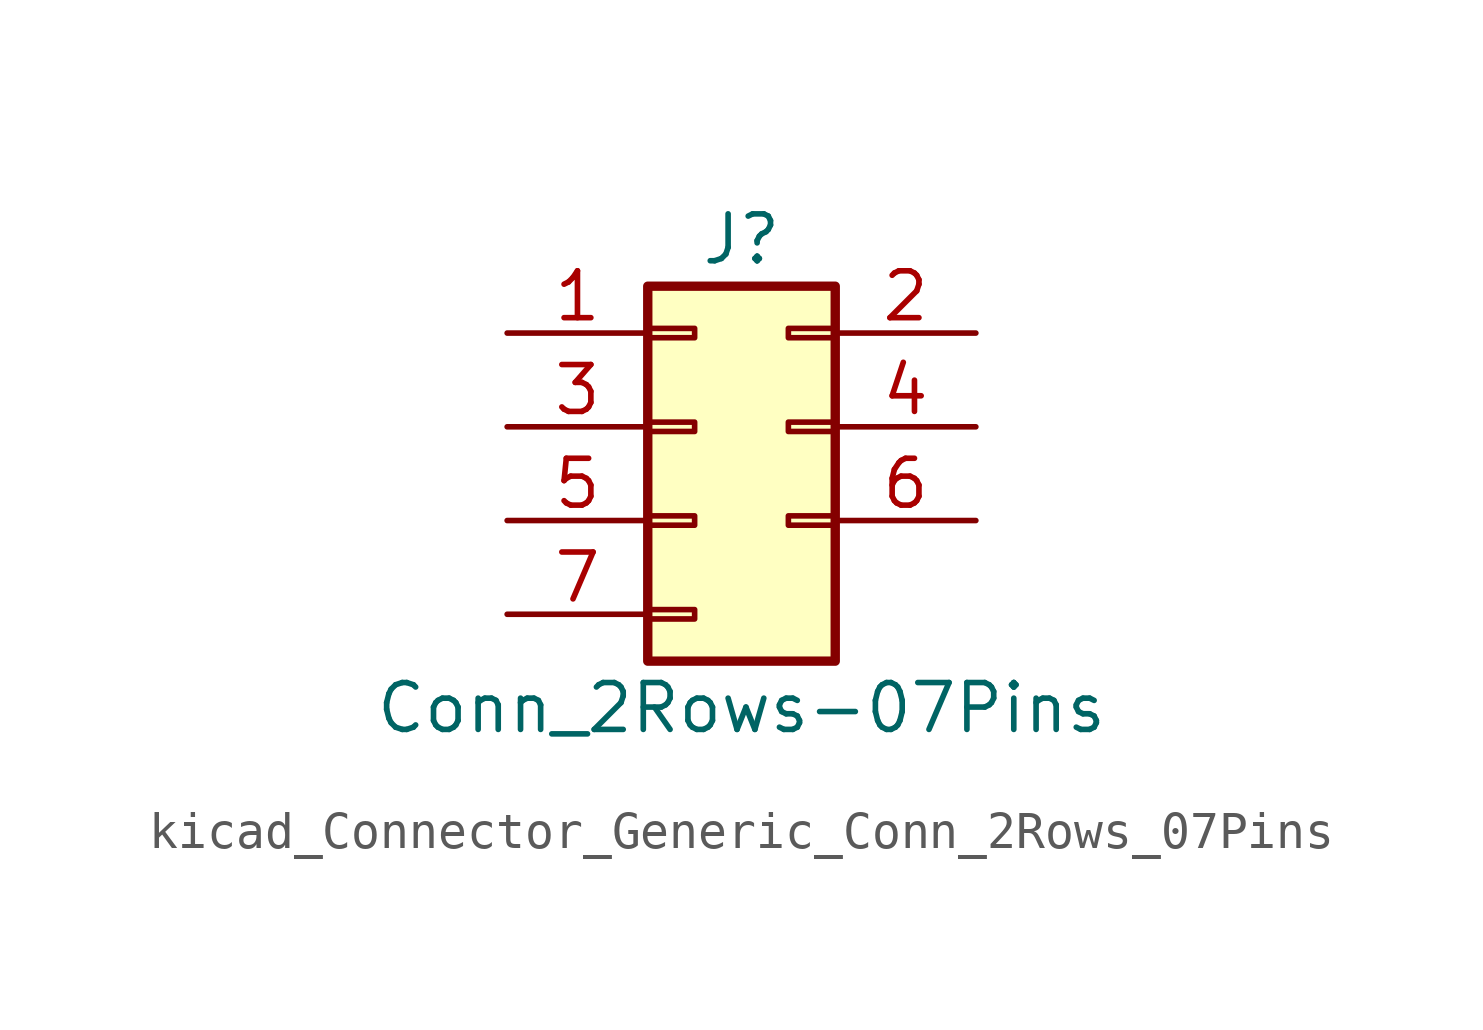
<source format=kicad_sym>
(kicad_symbol_lib
  (version 20220914)
  (generator kicad_symbol_editor)
  (symbol "kicad_Connector_Generic_Conn_2Rows_07Pins"
    (pin_names
      (offset 1.016) hide)
    (property "Reference" "J"
      (at 1.27 5.08 0)
      (effects (font (size 1.27 1.27))))
    (property "Value" "Conn_2Rows-07Pins"
      (at 1.27 -7.62 0)
      (effects (font (size 1.27 1.27))))
    (symbol "kicad_Connector_Generic_Conn_2Rows_07Pins_1_1"
      (rectangle (start -1.27 -4.953) (end 0 -5.207) (stroke (width 0.152) (type default)) (fill (type none)))
      (rectangle (start -1.27 -2.413) (end 0 -2.667) (stroke (width 0.152) (type default)) (fill (type none)))
      (rectangle (start -1.27 0.127) (end 0 -0.127) (stroke (width 0.152) (type default)) (fill (type none)))
      (rectangle (start -1.27 2.667) (end 0 2.413) (stroke (width 0.152) (type default)) (fill (type none)))
      (rectangle (start -1.27 3.81) (end 3.81 -6.35) (stroke (width 0.254) (type default)) (fill (type background)))
      (rectangle (start 3.81 -2.413) (end 2.54 -2.667) (stroke (width 0.152) (type default)) (fill (type none)))
      (rectangle (start 3.81 0.127) (end 2.54 -0.127) (stroke (width 0.152) (type default)) (fill (type none)))
      (rectangle (start 3.81 2.667) (end 2.54 2.413) (stroke (width 0.152) (type default)) (fill (type none)))
      (pin passive line (at -5.08 2.54 0) (length 3.81) (name "Pin_1" (effects (font (size 1.27 1.27)))) (number "1" (effects (font (size 1.27 1.27)))))
      (pin passive line (at 7.62 2.54 180) (length 3.81) (name "Pin_2" (effects (font (size 1.27 1.27)))) (number "2" (effects (font (size 1.27 1.27)))))
      (pin passive line (at -5.08 0 0) (length 3.81) (name "Pin_3" (effects (font (size 1.27 1.27)))) (number "3" (effects (font (size 1.27 1.27)))))
      (pin passive line (at 7.62 0 180) (length 3.81) (name "Pin_4" (effects (font (size 1.27 1.27)))) (number "4" (effects (font (size 1.27 1.27)))))
      (pin passive line (at -5.08 -2.54 0) (length 3.81) (name "Pin_5" (effects (font (size 1.27 1.27)))) (number "5" (effects (font (size 1.27 1.27)))))
      (pin passive line (at 7.62 -2.54 180) (length 3.81) (name "Pin_6" (effects (font (size 1.27 1.27)))) (number "6" (effects (font (size 1.27 1.27)))))
      (pin passive line (at -5.08 -5.08 0) (length 3.81) (name "Pin_7" (effects (font (size 1.27 1.27)))) (number "7" (effects (font (size 1.27 1.27))))))))
</source>
